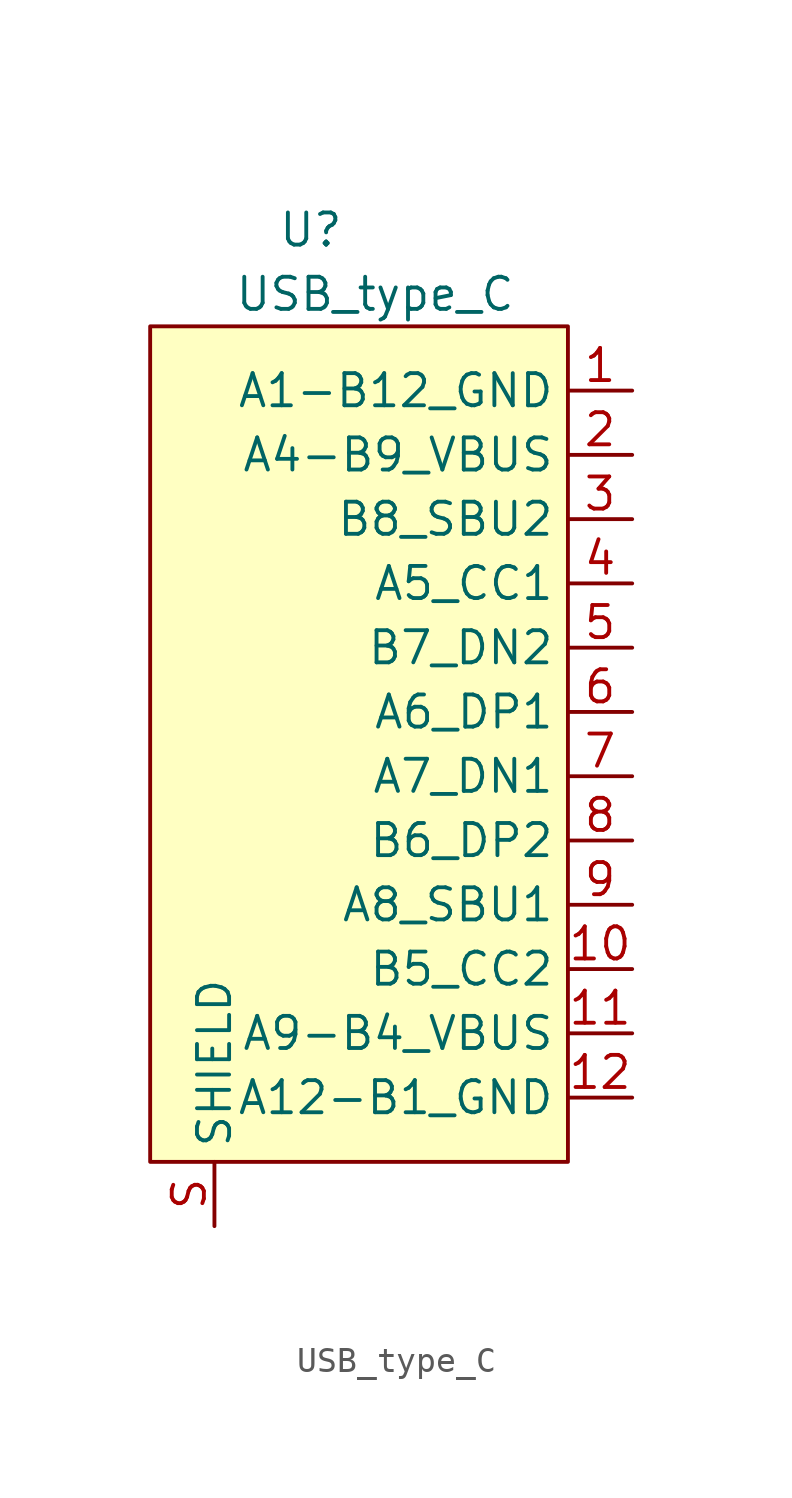
<source format=kicad_sym>
(kicad_symbol_lib
  (version 20220914)
  (generator kicad_symbol_editor)
  (symbol "USB_type_C"
    (property "Reference" "U"
      (at 3.81 36.83 0)
      (effects (font (size 1.27 1.27))))
    (property "Value" "USB_type_C"
      (at 6.35 34.29 0)
      (effects (font (size 1.27 1.27))))
    (symbol "USB_type_C_1_1"
      (rectangle (start -2.54 33.02) (end 13.97 0) (stroke (width 0) (type default)) (fill (type background)))
      (pin input line (at 16.51 30.48 180) (length 2.54) (name "A1-B12_GND" (effects (font (size 1.27 1.27)))) (number "1" (effects (font (size 1.27 1.27)))))
      (pin input line (at 16.51 7.62 180) (length 2.54) (name "B5_CC2" (effects (font (size 1.27 1.27)))) (number "10" (effects (font (size 1.27 1.27)))))
      (pin input line (at 16.51 5.08 180) (length 2.54) (name "A9-B4_VBUS" (effects (font (size 1.27 1.27)))) (number "11" (effects (font (size 1.27 1.27)))))
      (pin input line (at 16.51 2.54 180) (length 2.54) (name "A12-B1_GND" (effects (font (size 1.27 1.27)))) (number "12" (effects (font (size 1.27 1.27)))))
      (pin input line (at 16.51 27.94 180) (length 2.54) (name "A4-B9_VBUS" (effects (font (size 1.27 1.27)))) (number "2" (effects (font (size 1.27 1.27)))))
      (pin input line (at 16.51 25.4 180) (length 2.54) (name "B8_SBU2" (effects (font (size 1.27 1.27)))) (number "3" (effects (font (size 1.27 1.27)))))
      (pin input line (at 16.51 22.86 180) (length 2.54) (name "A5_CC1" (effects (font (size 1.27 1.27)))) (number "4" (effects (font (size 1.27 1.27)))))
      (pin input line (at 16.51 20.32 180) (length 2.54) (name "B7_DN2" (effects (font (size 1.27 1.27)))) (number "5" (effects (font (size 1.27 1.27)))))
      (pin input line (at 16.51 17.78 180) (length 2.54) (name "A6_DP1" (effects (font (size 1.27 1.27)))) (number "6" (effects (font (size 1.27 1.27)))))
      (pin input line (at 16.51 15.24 180) (length 2.54) (name "A7_DN1" (effects (font (size 1.27 1.27)))) (number "7" (effects (font (size 1.27 1.27)))))
      (pin input line (at 16.51 12.7 180) (length 2.54) (name "B6_DP2" (effects (font (size 1.27 1.27)))) (number "8" (effects (font (size 1.27 1.27)))))
      (pin input line (at 16.51 10.16 180) (length 2.54) (name "A8_SBU1" (effects (font (size 1.27 1.27)))) (number "9" (effects (font (size 1.27 1.27)))))
      (pin input line (at 0 -2.54 90) (length 2.54) (name "SHIELD" (effects (font (size 1.27 1.27)))) (number "S" (effects (font (size 1.27 1.27))))))))
</source>
